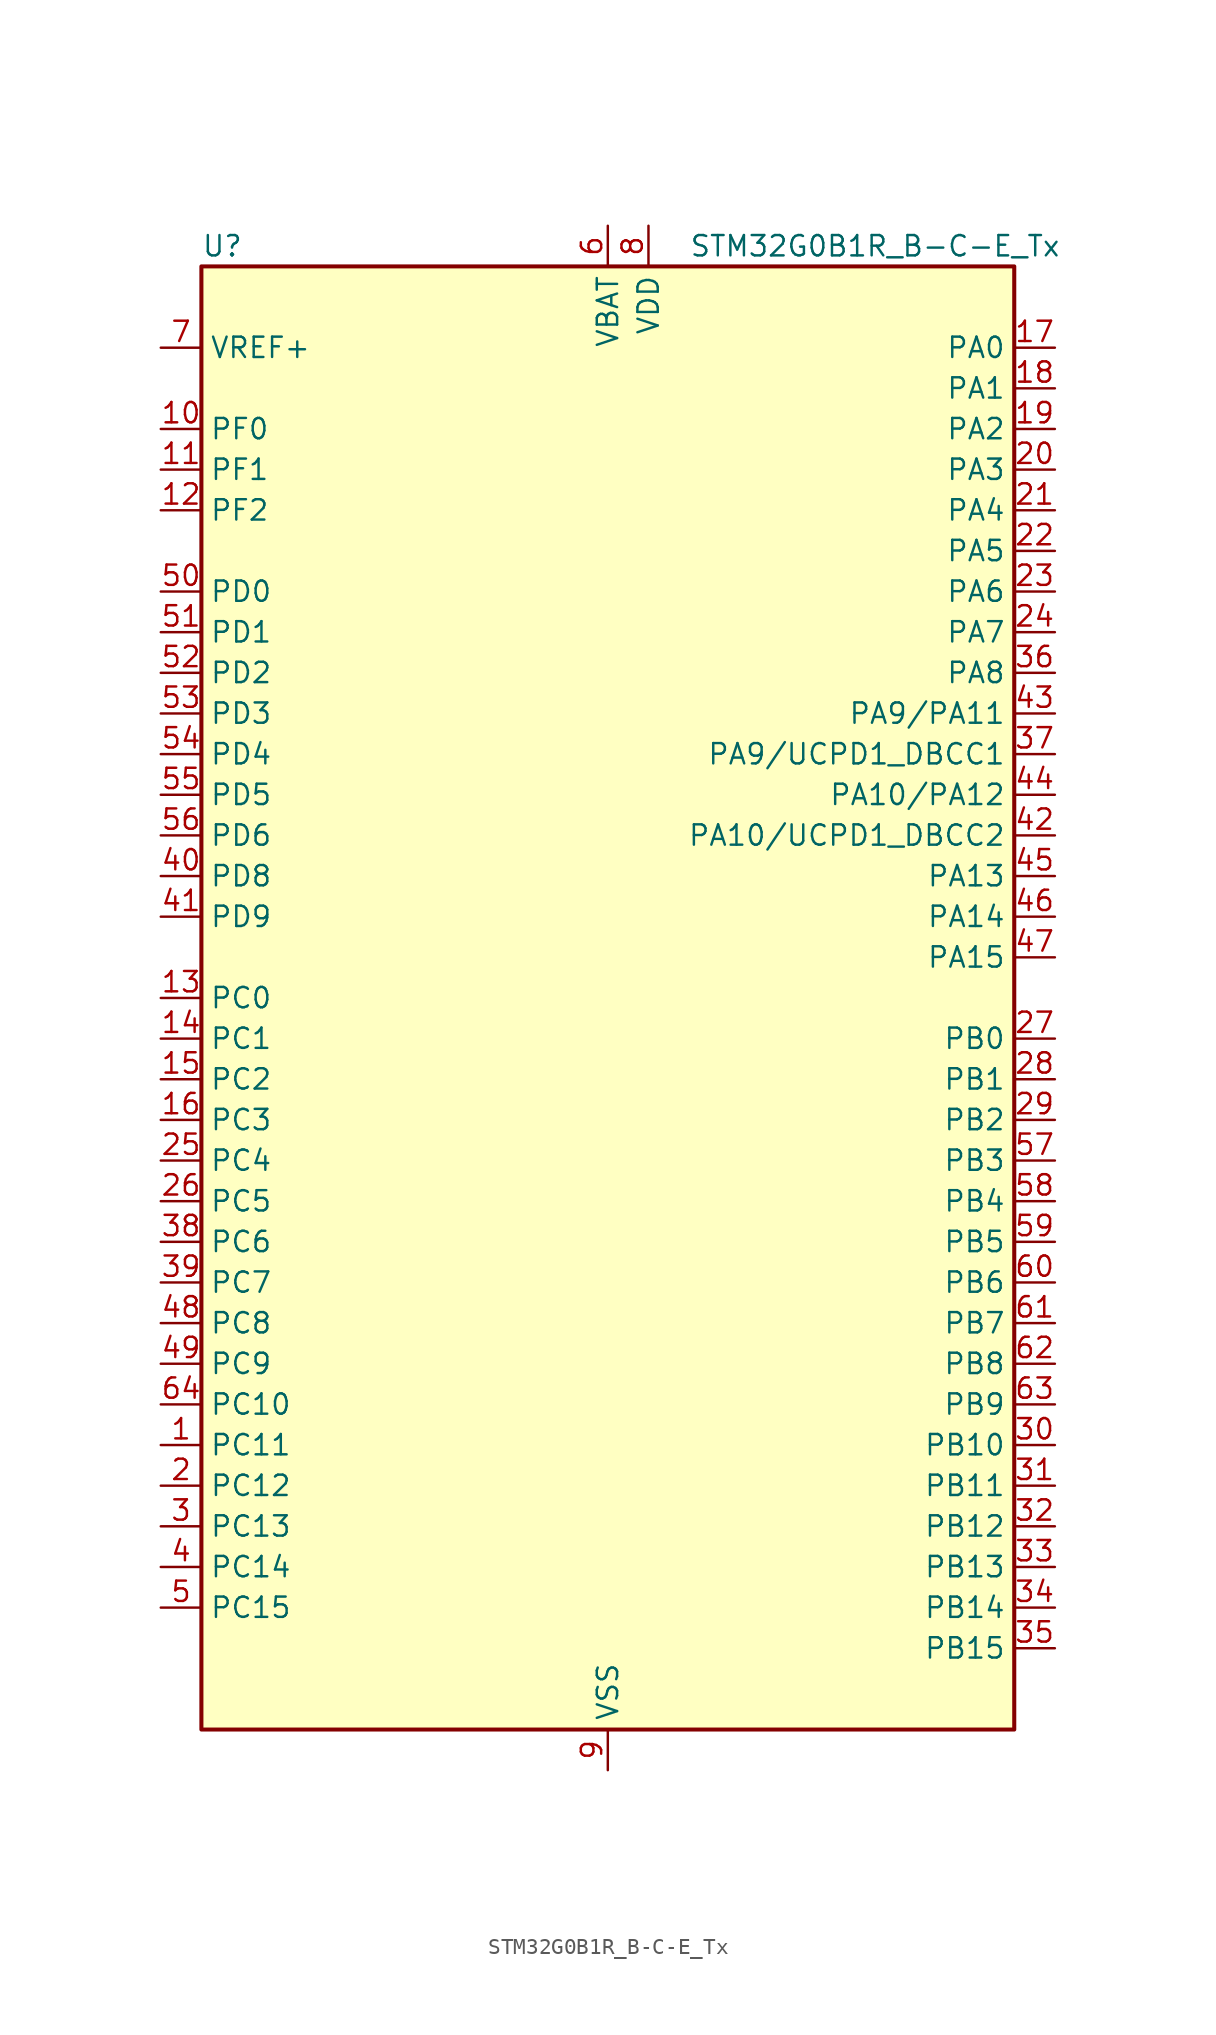
<source format=kicad_sym>
(kicad_symbol_lib
  (version 20241209)
  (generator "kicad_symbol_editor")
  (generator_version "9.0")
  (symbol "STM32G0B1R_B-C-E_Tx"
    (property "Reference" "U"
      (at -25.4 46.99 0)
      (effects (font (size 1.27 1.27)) (justify left)))
    (property "Value" "STM32G0B1R_B-C-E_Tx"
      (at 5.08 46.99 0)
      (effects (font (size 1.27 1.27)) (justify left)))
    (symbol "STM32G0B1R_B-C-E_Tx_0_1"
      (rectangle (start -25.4 -45.72) (end 25.4 45.72) (stroke (width 0.254) (type default)) (fill (type background))))
    (symbol "STM32G0B1R_B-C-E_Tx_1_1"
      (pin input line (at -27.94 40.64 0) (length 2.54) (name "VREF+" (effects (font (size 1.27 1.27)))) (number "7" (effects (font (size 1.27 1.27)))) (alternate "VREFBUF_OUT" bidirectional line))
      (pin bidirectional line (at -27.94 35.56 0) (length 2.54) (name "PF0" (effects (font (size 1.27 1.27)))) (number "10" (effects (font (size 1.27 1.27)))) (alternate "CRS1_SYNC" bidirectional line) (alternate "RCC_OSC_IN" bidirectional line) (alternate "TIM14_CH1" bidirectional line))
      (pin bidirectional line (at -27.94 33.02 0) (length 2.54) (name "PF1" (effects (font (size 1.27 1.27)))) (number "11" (effects (font (size 1.27 1.27)))) (alternate "RCC_OSC_EN" bidirectional line) (alternate "RCC_OSC_OUT" bidirectional line) (alternate "TIM15_CH1N" bidirectional line))
      (pin bidirectional line (at -27.94 30.48 0) (length 2.54) (name "PF2" (effects (font (size 1.27 1.27)))) (number "12" (effects (font (size 1.27 1.27)))) (alternate "LPUART2_DE" bidirectional line) (alternate "LPUART2_RTS" bidirectional line) (alternate "LPUART2_TX" bidirectional line) (alternate "RCC_MCO" bidirectional line))
      (pin bidirectional line (at -27.94 25.4 0) (length 2.54) (name "PD0" (effects (font (size 1.27 1.27)))) (number "50" (effects (font (size 1.27 1.27)))) (alternate "FDCAN1_RX" bidirectional line) (alternate "I2S2_WS" bidirectional line) (alternate "SPI2_NSS" bidirectional line) (alternate "TIM16_CH1" bidirectional line) (alternate "UCPD2_CC1" bidirectional line))
      (pin bidirectional line (at -27.94 22.86 0) (length 2.54) (name "PD1" (effects (font (size 1.27 1.27)))) (number "51" (effects (font (size 1.27 1.27)))) (alternate "FDCAN1_TX" bidirectional line) (alternate "I2S2_CK" bidirectional line) (alternate "SPI2_SCK" bidirectional line) (alternate "TIM17_CH1" bidirectional line) (alternate "UCPD2_DBCC1" bidirectional line))
      (pin bidirectional line (at -27.94 20.32 0) (length 2.54) (name "PD2" (effects (font (size 1.27 1.27)))) (number "52" (effects (font (size 1.27 1.27)))) (alternate "TIM1_CH1N" bidirectional line) (alternate "TIM3_ETR" bidirectional line) (alternate "UCPD2_CC2" bidirectional line) (alternate "USART3_CK" bidirectional line) (alternate "USART3_DE" bidirectional line) (alternate "USART3_RTS" bidirectional line) (alternate "USART5_RX" bidirectional line))
      (pin bidirectional line (at -27.94 17.78 0) (length 2.54) (name "PD3" (effects (font (size 1.27 1.27)))) (number "53" (effects (font (size 1.27 1.27)))) (alternate "I2S2_MCK" bidirectional line) (alternate "SPI2_MISO" bidirectional line) (alternate "TIM1_CH2N" bidirectional line) (alternate "UCPD2_DBCC2" bidirectional line) (alternate "USART2_CTS" bidirectional line) (alternate "USART2_NSS" bidirectional line) (alternate "USART5_TX" bidirectional line))
      (pin bidirectional line (at -27.94 15.24 0) (length 2.54) (name "PD4" (effects (font (size 1.27 1.27)))) (number "54" (effects (font (size 1.27 1.27)))) (alternate "I2S2_SD" bidirectional line) (alternate "SPI2_MOSI" bidirectional line) (alternate "TIM1_CH3N" bidirectional line) (alternate "USART2_CK" bidirectional line) (alternate "USART2_DE" bidirectional line) (alternate "USART2_RTS" bidirectional line) (alternate "USART5_CK" bidirectional line) (alternate "USART5_DE" bidirectional line) (alternate "USART5_RTS" bidirectional line))
      (pin bidirectional line (at -27.94 12.7 0) (length 2.54) (name "PD5" (effects (font (size 1.27 1.27)))) (number "55" (effects (font (size 1.27 1.27)))) (alternate "I2S1_MCK" bidirectional line) (alternate "SPI1_MISO" bidirectional line) (alternate "TIM1_BK" bidirectional line) (alternate "USART2_TX" bidirectional line) (alternate "USART5_CTS" bidirectional line) (alternate "USART5_NSS" bidirectional line))
      (pin bidirectional line (at -27.94 10.16 0) (length 2.54) (name "PD6" (effects (font (size 1.27 1.27)))) (number "56" (effects (font (size 1.27 1.27)))) (alternate "I2S1_SD" bidirectional line) (alternate "LPTIM2_OUT" bidirectional line) (alternate "SPI1_MOSI" bidirectional line) (alternate "USART2_RX" bidirectional line))
      (pin bidirectional line (at -27.94 7.62 0) (length 2.54) (name "PD8" (effects (font (size 1.27 1.27)))) (number "40" (effects (font (size 1.27 1.27)))) (alternate "I2S1_CK" bidirectional line) (alternate "LPTIM1_OUT" bidirectional line) (alternate "SPI1_SCK" bidirectional line) (alternate "USART3_TX" bidirectional line))
      (pin bidirectional line (at -27.94 5.08 0) (length 2.54) (name "PD9" (effects (font (size 1.27 1.27)))) (number "41" (effects (font (size 1.27 1.27)))) (alternate "DAC1_EXTI9" bidirectional line) (alternate "I2S1_WS" bidirectional line) (alternate "SPI1_NSS" bidirectional line) (alternate "TIM1_BK2" bidirectional line) (alternate "USART3_RX" bidirectional line))
      (pin bidirectional line (at -27.94 0 0) (length 2.54) (name "PC0" (effects (font (size 1.27 1.27)))) (number "13" (effects (font (size 1.27 1.27)))) (alternate "COMP3_INM" bidirectional line) (alternate "COMP3_OUT" bidirectional line) (alternate "I2C3_SCL" bidirectional line) (alternate "LPTIM1_IN1" bidirectional line) (alternate "LPTIM2_IN1" bidirectional line) (alternate "LPUART1_RX" bidirectional line) (alternate "LPUART2_TX" bidirectional line) (alternate "USART6_TX" bidirectional line))
      (pin bidirectional line (at -27.94 -2.54 0) (length 2.54) (name "PC1" (effects (font (size 1.27 1.27)))) (number "14" (effects (font (size 1.27 1.27)))) (alternate "COMP3_INP" bidirectional line) (alternate "I2C3_SDA" bidirectional line) (alternate "LPTIM1_OUT" bidirectional line) (alternate "LPUART1_TX" bidirectional line) (alternate "LPUART2_RX" bidirectional line) (alternate "TIM15_CH1" bidirectional line) (alternate "USART6_RX" bidirectional line))
      (pin bidirectional line (at -27.94 -5.08 0) (length 2.54) (name "PC2" (effects (font (size 1.27 1.27)))) (number "15" (effects (font (size 1.27 1.27)))) (alternate "COMP3_OUT" bidirectional line) (alternate "FDCAN2_RX" bidirectional line) (alternate "I2S2_MCK" bidirectional line) (alternate "LPTIM1_IN2" bidirectional line) (alternate "SPI2_MISO" bidirectional line) (alternate "TIM15_CH2" bidirectional line))
      (pin bidirectional line (at -27.94 -7.62 0) (length 2.54) (name "PC3" (effects (font (size 1.27 1.27)))) (number "16" (effects (font (size 1.27 1.27)))) (alternate "FDCAN2_TX" bidirectional line) (alternate "I2S2_SD" bidirectional line) (alternate "LPTIM1_ETR" bidirectional line) (alternate "LPTIM2_ETR" bidirectional line) (alternate "SPI2_MOSI" bidirectional line))
      (pin bidirectional line (at -27.94 -10.16 0) (length 2.54) (name "PC4" (effects (font (size 1.27 1.27)))) (number "25" (effects (font (size 1.27 1.27)))) (alternate "ADC1_IN17" bidirectional line) (alternate "COMP1_INM" bidirectional line) (alternate "FDCAN1_RX" bidirectional line) (alternate "TIM2_CH1" bidirectional line) (alternate "TIM2_ETR" bidirectional line) (alternate "USART1_TX" bidirectional line) (alternate "USART3_TX" bidirectional line))
      (pin bidirectional line (at -27.94 -12.7 0) (length 2.54) (name "PC5" (effects (font (size 1.27 1.27)))) (number "26" (effects (font (size 1.27 1.27)))) (alternate "ADC1_IN18" bidirectional line) (alternate "COMP1_INP" bidirectional line) (alternate "FDCAN1_TX" bidirectional line) (alternate "SYS_WKUP5" bidirectional line) (alternate "TIM2_CH2" bidirectional line) (alternate "USART1_RX" bidirectional line) (alternate "USART3_RX" bidirectional line))
      (pin bidirectional line (at -27.94 -15.24 0) (length 2.54) (name "PC6" (effects (font (size 1.27 1.27)))) (number "38" (effects (font (size 1.27 1.27)))) (alternate "LPUART2_TX" bidirectional line) (alternate "TIM2_CH3" bidirectional line) (alternate "TIM3_CH1" bidirectional line) (alternate "UCPD1_FRSTX1" bidirectional line) (alternate "UCPD1_FRSTX2" bidirectional line))
      (pin bidirectional line (at -27.94 -17.78 0) (length 2.54) (name "PC7" (effects (font (size 1.27 1.27)))) (number "39" (effects (font (size 1.27 1.27)))) (alternate "LPUART2_RX" bidirectional line) (alternate "TIM2_CH4" bidirectional line) (alternate "TIM3_CH2" bidirectional line) (alternate "UCPD2_FRSTX1" bidirectional line) (alternate "UCPD2_FRSTX2" bidirectional line))
      (pin bidirectional line (at -27.94 -20.32 0) (length 2.54) (name "PC8" (effects (font (size 1.27 1.27)))) (number "48" (effects (font (size 1.27 1.27)))) (alternate "LPUART2_CTS" bidirectional line) (alternate "TIM1_CH1" bidirectional line) (alternate "TIM3_CH3" bidirectional line) (alternate "UCPD2_FRSTX1" bidirectional line) (alternate "UCPD2_FRSTX2" bidirectional line))
      (pin bidirectional line (at -27.94 -22.86 0) (length 2.54) (name "PC9" (effects (font (size 1.27 1.27)))) (number "49" (effects (font (size 1.27 1.27)))) (alternate "DAC1_EXTI9" bidirectional line) (alternate "I2S_CKIN" bidirectional line) (alternate "LPUART2_DE" bidirectional line) (alternate "LPUART2_RTS" bidirectional line) (alternate "TIM1_CH2" bidirectional line) (alternate "TIM3_CH4" bidirectional line) (alternate "USB_NOE" bidirectional line))
      (pin bidirectional line (at -27.94 -25.4 0) (length 2.54) (name "PC10" (effects (font (size 1.27 1.27)))) (number "64" (effects (font (size 1.27 1.27)))) (alternate "SPI3_SCK" bidirectional line) (alternate "TIM1_CH3" bidirectional line) (alternate "USART3_TX" bidirectional line) (alternate "USART4_TX" bidirectional line))
      (pin bidirectional line (at -27.94 -27.94 0) (length 2.54) (name "PC11" (effects (font (size 1.27 1.27)))) (number "1" (effects (font (size 1.27 1.27)))) (alternate "ADC1_EXTI11" bidirectional line) (alternate "SPI3_MISO" bidirectional line) (alternate "TIM1_CH4" bidirectional line) (alternate "USART3_RX" bidirectional line) (alternate "USART4_RX" bidirectional line))
      (pin bidirectional line (at -27.94 -30.48 0) (length 2.54) (name "PC12" (effects (font (size 1.27 1.27)))) (number "2" (effects (font (size 1.27 1.27)))) (alternate "LPTIM1_IN1" bidirectional line) (alternate "SPI3_MOSI" bidirectional line) (alternate "TIM14_CH1" bidirectional line) (alternate "UCPD1_FRSTX1" bidirectional line) (alternate "UCPD1_FRSTX2" bidirectional line) (alternate "USART5_TX" bidirectional line))
      (pin bidirectional line (at -27.94 -33.02 0) (length 2.54) (name "PC13" (effects (font (size 1.27 1.27)))) (number "3" (effects (font (size 1.27 1.27)))) (alternate "RTC_OUT1" bidirectional line) (alternate "RTC_TAMP_IN1" bidirectional line) (alternate "RTC_TS" bidirectional line) (alternate "SYS_WKUP2" bidirectional line) (alternate "TIM1_BK" bidirectional line))
      (pin bidirectional line (at -27.94 -35.56 0) (length 2.54) (name "PC14" (effects (font (size 1.27 1.27)))) (number "4" (effects (font (size 1.27 1.27)))) (alternate "RCC_OSC32_IN" bidirectional line) (alternate "TIM1_BK2" bidirectional line))
      (pin bidirectional line (at -27.94 -38.1 0) (length 2.54) (name "PC15" (effects (font (size 1.27 1.27)))) (number "5" (effects (font (size 1.27 1.27)))) (alternate "RCC_OSC32_EN" bidirectional line) (alternate "RCC_OSC32_OUT" bidirectional line) (alternate "RCC_OSC_EN" bidirectional line) (alternate "TIM15_BK" bidirectional line))
      (pin power_in line (at 0 48.26 270) (length 2.54) (name "VBAT" (effects (font (size 1.27 1.27)))) (number "6" (effects (font (size 1.27 1.27)))))
      (pin power_in line (at 0 -48.26 90) (length 2.54) (name "VSS" (effects (font (size 1.27 1.27)))) (number "9" (effects (font (size 1.27 1.27)))))
      (pin power_in line (at 2.54 48.26 270) (length 2.54) (name "VDD" (effects (font (size 1.27 1.27)))) (number "8" (effects (font (size 1.27 1.27)))))
      (pin bidirectional line (at 27.94 40.64 180) (length 2.54) (name "PA0" (effects (font (size 1.27 1.27)))) (number "17" (effects (font (size 1.27 1.27)))) (alternate "ADC1_IN0" bidirectional line) (alternate "COMP1_INM" bidirectional line) (alternate "COMP1_OUT" bidirectional line) (alternate "I2S2_CK" bidirectional line) (alternate "LPTIM1_OUT" bidirectional line) (alternate "RTC_TAMP_IN2" bidirectional line) (alternate "SPI2_SCK" bidirectional line) (alternate "SYS_WKUP1" bidirectional line) (alternate "TIM2_CH1" bidirectional line) (alternate "TIM2_ETR" bidirectional line) (alternate "UCPD2_FRSTX1" bidirectional line) (alternate "UCPD2_FRSTX2" bidirectional line) (alternate "USART2_CTS" bidirectional line) (alternate "USART2_NSS" bidirectional line) (alternate "USART4_TX" bidirectional line))
      (pin bidirectional line (at 27.94 38.1 180) (length 2.54) (name "PA1" (effects (font (size 1.27 1.27)))) (number "18" (effects (font (size 1.27 1.27)))) (alternate "ADC1_IN1" bidirectional line) (alternate "COMP1_INP" bidirectional line) (alternate "I2C1_SMBA" bidirectional line) (alternate "I2S1_CK" bidirectional line) (alternate "SPI1_SCK" bidirectional line) (alternate "TIM15_CH1N" bidirectional line) (alternate "TIM2_CH2" bidirectional line) (alternate "USART2_CK" bidirectional line) (alternate "USART2_DE" bidirectional line) (alternate "USART2_RTS" bidirectional line) (alternate "USART4_RX" bidirectional line))
      (pin bidirectional line (at 27.94 35.56 180) (length 2.54) (name "PA2" (effects (font (size 1.27 1.27)))) (number "19" (effects (font (size 1.27 1.27)))) (alternate "ADC1_IN2" bidirectional line) (alternate "COMP2_INM" bidirectional line) (alternate "COMP2_OUT" bidirectional line) (alternate "I2S1_SD" bidirectional line) (alternate "LPUART1_TX" bidirectional line) (alternate "RCC_LSCO" bidirectional line) (alternate "SPI1_MOSI" bidirectional line) (alternate "SYS_WKUP4" bidirectional line) (alternate "TIM15_CH1" bidirectional line) (alternate "TIM2_CH3" bidirectional line) (alternate "UCPD1_FRSTX1" bidirectional line) (alternate "UCPD1_FRSTX2" bidirectional line) (alternate "USART2_TX" bidirectional line))
      (pin bidirectional line (at 27.94 33.02 180) (length 2.54) (name "PA3" (effects (font (size 1.27 1.27)))) (number "20" (effects (font (size 1.27 1.27)))) (alternate "ADC1_IN3" bidirectional line) (alternate "COMP2_INP" bidirectional line) (alternate "I2S2_MCK" bidirectional line) (alternate "LPUART1_RX" bidirectional line) (alternate "SPI2_MISO" bidirectional line) (alternate "TIM15_CH2" bidirectional line) (alternate "TIM2_CH4" bidirectional line) (alternate "UCPD2_FRSTX1" bidirectional line) (alternate "UCPD2_FRSTX2" bidirectional line) (alternate "USART2_RX" bidirectional line))
      (pin bidirectional line (at 27.94 30.48 180) (length 2.54) (name "PA4" (effects (font (size 1.27 1.27)))) (number "21" (effects (font (size 1.27 1.27)))) (alternate "ADC1_IN4" bidirectional line) (alternate "DAC1_OUT1" bidirectional line) (alternate "I2S1_WS" bidirectional line) (alternate "I2S2_SD" bidirectional line) (alternate "LPTIM2_OUT" bidirectional line) (alternate "RTC_OUT2" bidirectional line) (alternate "SPI1_NSS" bidirectional line) (alternate "SPI2_MOSI" bidirectional line) (alternate "SPI3_NSS" bidirectional line) (alternate "TIM14_CH1" bidirectional line) (alternate "UCPD2_FRSTX1" bidirectional line) (alternate "UCPD2_FRSTX2" bidirectional line) (alternate "USART6_TX" bidirectional line) (alternate "USB_NOE" bidirectional line))
      (pin bidirectional line (at 27.94 27.94 180) (length 2.54) (name "PA5" (effects (font (size 1.27 1.27)))) (number "22" (effects (font (size 1.27 1.27)))) (alternate "ADC1_IN5" bidirectional line) (alternate "CEC" bidirectional line) (alternate "DAC1_OUT2" bidirectional line) (alternate "I2S1_CK" bidirectional line) (alternate "LPTIM2_ETR" bidirectional line) (alternate "SPI1_SCK" bidirectional line) (alternate "TIM2_CH1" bidirectional line) (alternate "TIM2_ETR" bidirectional line) (alternate "UCPD1_FRSTX1" bidirectional line) (alternate "UCPD1_FRSTX2" bidirectional line) (alternate "USART3_TX" bidirectional line) (alternate "USART6_RX" bidirectional line))
      (pin bidirectional line (at 27.94 25.4 180) (length 2.54) (name "PA6" (effects (font (size 1.27 1.27)))) (number "23" (effects (font (size 1.27 1.27)))) (alternate "ADC1_IN6" bidirectional line) (alternate "COMP1_OUT" bidirectional line) (alternate "I2C2_SDA" bidirectional line) (alternate "I2C3_SDA" bidirectional line) (alternate "I2S1_MCK" bidirectional line) (alternate "LPUART1_CTS" bidirectional line) (alternate "SPI1_MISO" bidirectional line) (alternate "TIM16_CH1" bidirectional line) (alternate "TIM1_BK" bidirectional line) (alternate "TIM3_CH1" bidirectional line) (alternate "USART3_CTS" bidirectional line) (alternate "USART3_NSS" bidirectional line) (alternate "USART6_CTS" bidirectional line) (alternate "USART6_NSS" bidirectional line))
      (pin bidirectional line (at 27.94 22.86 180) (length 2.54) (name "PA7" (effects (font (size 1.27 1.27)))) (number "24" (effects (font (size 1.27 1.27)))) (alternate "ADC1_IN7" bidirectional line) (alternate "COMP2_OUT" bidirectional line) (alternate "I2C2_SCL" bidirectional line) (alternate "I2C3_SCL" bidirectional line) (alternate "I2S1_SD" bidirectional line) (alternate "SPI1_MOSI" bidirectional line) (alternate "TIM14_CH1" bidirectional line) (alternate "TIM17_CH1" bidirectional line) (alternate "TIM1_CH1N" bidirectional line) (alternate "TIM3_CH2" bidirectional line) (alternate "UCPD1_FRSTX1" bidirectional line) (alternate "UCPD1_FRSTX2" bidirectional line) (alternate "USART6_CK" bidirectional line) (alternate "USART6_DE" bidirectional line) (alternate "USART6_RTS" bidirectional line))
      (pin bidirectional line (at 27.94 20.32 180) (length 2.54) (name "PA8" (effects (font (size 1.27 1.27)))) (number "36" (effects (font (size 1.27 1.27)))) (alternate "CRS1_SYNC" bidirectional line) (alternate "I2C2_SMBA" bidirectional line) (alternate "I2S2_WS" bidirectional line) (alternate "LPTIM2_OUT" bidirectional line) (alternate "RCC_MCO" bidirectional line) (alternate "SPI2_NSS" bidirectional line) (alternate "TIM1_CH1" bidirectional line) (alternate "UCPD1_CC1" bidirectional line))
      (pin bidirectional line (at 27.94 17.78 180) (length 2.54) (name "PA9/PA11" (effects (font (size 1.27 1.27)))) (number "43" (effects (font (size 1.27 1.27)))) (alternate "ADC1_EXTI11 (PA11)" bidirectional line) (alternate "COMP1_OUT (PA11)" bidirectional line) (alternate "DAC1_EXTI9 (PA9)" bidirectional line) (alternate "FDCAN1_RX (PA11)" bidirectional line) (alternate "I2C1_SCL (PA9)" bidirectional line) (alternate "I2C2_SCL (PA11)" bidirectional line) (alternate "I2C2_SCL (PA9)" bidirectional line) (alternate "I2S1_MCK (PA11)" bidirectional line) (alternate "I2S2_MCK (PA9)" bidirectional line) (alternate "PA11" bidirectional line) (alternate "PA9" bidirectional line) (alternate "RCC_MCO (PA9)" bidirectional line) (alternate "SPI1_MISO (PA11)" bidirectional line) (alternate "SPI2_MISO (PA9)" bidirectional line) (alternate "TIM15_BK (PA9)" bidirectional line) (alternate "TIM1_BK2 (PA11)" bidirectional line) (alternate "TIM1_CH2 (PA9)" bidirectional line) (alternate "TIM1_CH4 (PA11)" bidirectional line) (alternate "UCPD1_DBCC1 (PA9)" bidirectional line) (alternate "USART1_CTS (PA11)" bidirectional line) (alternate "USART1_NSS (PA11)" bidirectional line) (alternate "USART1_TX (PA9)" bidirectional line) (alternate "USB_DM (PA11)" bidirectional line))
      (pin bidirectional line (at 27.94 15.24 180) (length 2.54) (name "PA9/UCPD1_DBCC1" (effects (font (size 1.27 1.27)))) (number "37" (effects (font (size 1.27 1.27)))) (alternate "DAC1_EXTI9 (PA9)" bidirectional line) (alternate "I2C1_SCL (PA9)" bidirectional line) (alternate "I2C2_SCL (PA9)" bidirectional line) (alternate "I2S2_MCK (PA9)" bidirectional line) (alternate "PA9" bidirectional line) (alternate "RCC_MCO (PA9)" bidirectional line) (alternate "SPI2_MISO (PA9)" bidirectional line) (alternate "TIM15_BK (PA9)" bidirectional line) (alternate "TIM1_CH2 (PA9)" bidirectional line) (alternate "UCPD1_DBCC1" bidirectional line) (alternate "UCPD1_DBCC1 (PA9)" bidirectional line) (alternate "UCPD1_DBCC1 (UCPD1_DBCC1)" bidirectional line) (alternate "USART1_TX (PA9)" bidirectional line))
      (pin bidirectional line (at 27.94 12.7 180) (length 2.54) (name "PA10/PA12" (effects (font (size 1.27 1.27)))) (number "44" (effects (font (size 1.27 1.27)))) (alternate "COMP2_OUT (PA12)" bidirectional line) (alternate "FDCAN1_TX (PA12)" bidirectional line) (alternate "I2C1_SDA (PA10)" bidirectional line) (alternate "I2C2_SDA (PA10)" bidirectional line) (alternate "I2C2_SDA (PA12)" bidirectional line) (alternate "I2S1_SD (PA12)" bidirectional line) (alternate "I2S2_SD (PA10)" bidirectional line) (alternate "I2S_CKIN (PA12)" bidirectional line) (alternate "PA10" bidirectional line) (alternate "PA12" bidirectional line) (alternate "RCC_MCO_2 (PA10)" bidirectional line) (alternate "SPI1_MOSI (PA12)" bidirectional line) (alternate "SPI2_MOSI (PA10)" bidirectional line) (alternate "TIM17_BK (PA10)" bidirectional line) (alternate "TIM1_CH3 (PA10)" bidirectional line) (alternate "TIM1_ETR (PA12)" bidirectional line) (alternate "UCPD1_DBCC2 (PA10)" bidirectional line) (alternate "USART1_CK (PA12)" bidirectional line) (alternate "USART1_DE (PA12)" bidirectional line) (alternate "USART1_RTS (PA12)" bidirectional line) (alternate "USART1_RX (PA10)" bidirectional line) (alternate "USB_DP (PA12)" bidirectional line))
      (pin bidirectional line (at 27.94 10.16 180) (length 2.54) (name "PA10/UCPD1_DBCC2" (effects (font (size 1.27 1.27)))) (number "42" (effects (font (size 1.27 1.27)))) (alternate "I2C1_SDA (PA10)" bidirectional line) (alternate "I2C2_SDA (PA10)" bidirectional line) (alternate "I2S2_SD (PA10)" bidirectional line) (alternate "PA10" bidirectional line) (alternate "RCC_MCO_2 (PA10)" bidirectional line) (alternate "SPI2_MOSI (PA10)" bidirectional line) (alternate "TIM17_BK (PA10)" bidirectional line) (alternate "TIM1_CH3 (PA10)" bidirectional line) (alternate "UCPD1_DBCC2" bidirectional line) (alternate "UCPD1_DBCC2 (PA10)" bidirectional line) (alternate "UCPD1_DBCC2 (UCPD1_DBCC2)" bidirectional line) (alternate "USART1_RX (PA10)" bidirectional line))
      (pin bidirectional line (at 27.94 7.62 180) (length 2.54) (name "PA13" (effects (font (size 1.27 1.27)))) (number "45" (effects (font (size 1.27 1.27)))) (alternate "IR_OUT" bidirectional line) (alternate "LPUART2_RX" bidirectional line) (alternate "SYS_SWDIO" bidirectional line) (alternate "USB_NOE" bidirectional line))
      (pin bidirectional line (at 27.94 5.08 180) (length 2.54) (name "PA14" (effects (font (size 1.27 1.27)))) (number "46" (effects (font (size 1.27 1.27)))) (alternate "LPUART2_TX" bidirectional line) (alternate "SYS_SWCLK" bidirectional line) (alternate "USART2_TX" bidirectional line))
      (pin bidirectional line (at 27.94 2.54 180) (length 2.54) (name "PA15" (effects (font (size 1.27 1.27)))) (number "47" (effects (font (size 1.27 1.27)))) (alternate "I2C2_SMBA" bidirectional line) (alternate "I2S1_WS" bidirectional line) (alternate "RCC_MCO_2" bidirectional line) (alternate "SPI1_NSS" bidirectional line) (alternate "SPI3_NSS" bidirectional line) (alternate "TIM2_CH1" bidirectional line) (alternate "TIM2_ETR" bidirectional line) (alternate "USART2_RX" bidirectional line) (alternate "USART3_CK" bidirectional line) (alternate "USART3_DE" bidirectional line) (alternate "USART3_RTS" bidirectional line) (alternate "USART4_CK" bidirectional line) (alternate "USART4_DE" bidirectional line) (alternate "USART4_RTS" bidirectional line) (alternate "USB_NOE" bidirectional line))
      (pin bidirectional line (at 27.94 -2.54 180) (length 2.54) (name "PB0" (effects (font (size 1.27 1.27)))) (number "27" (effects (font (size 1.27 1.27)))) (alternate "ADC1_IN8" bidirectional line) (alternate "COMP1_OUT" bidirectional line) (alternate "COMP3_INP" bidirectional line) (alternate "FDCAN2_RX" bidirectional line) (alternate "I2S1_WS" bidirectional line) (alternate "LPTIM1_OUT" bidirectional line) (alternate "LPUART2_CTS" bidirectional line) (alternate "SPI1_NSS" bidirectional line) (alternate "TIM1_CH2N" bidirectional line) (alternate "TIM3_CH3" bidirectional line) (alternate "UCPD1_FRSTX1" bidirectional line) (alternate "UCPD1_FRSTX2" bidirectional line) (alternate "USART3_RX" bidirectional line) (alternate "USART5_TX" bidirectional line))
      (pin bidirectional line (at 27.94 -5.08 180) (length 2.54) (name "PB1" (effects (font (size 1.27 1.27)))) (number "28" (effects (font (size 1.27 1.27)))) (alternate "ADC1_IN9" bidirectional line) (alternate "COMP1_INM" bidirectional line) (alternate "COMP3_OUT" bidirectional line) (alternate "FDCAN2_TX" bidirectional line) (alternate "LPTIM2_IN1" bidirectional line) (alternate "LPUART1_DE" bidirectional line) (alternate "LPUART1_RTS" bidirectional line) (alternate "LPUART2_DE" bidirectional line) (alternate "LPUART2_RTS" bidirectional line) (alternate "TIM14_CH1" bidirectional line) (alternate "TIM1_CH3N" bidirectional line) (alternate "TIM3_CH4" bidirectional line) (alternate "USART3_CK" bidirectional line) (alternate "USART3_DE" bidirectional line) (alternate "USART3_RTS" bidirectional line) (alternate "USART5_RX" bidirectional line))
      (pin bidirectional line (at 27.94 -7.62 180) (length 2.54) (name "PB2" (effects (font (size 1.27 1.27)))) (number "29" (effects (font (size 1.27 1.27)))) (alternate "ADC1_IN10" bidirectional line) (alternate "COMP1_INP" bidirectional line) (alternate "COMP3_INM" bidirectional line) (alternate "I2S2_MCK" bidirectional line) (alternate "LPTIM1_OUT" bidirectional line) (alternate "RCC_MCO_2" bidirectional line) (alternate "SPI2_MISO" bidirectional line) (alternate "USART3_TX" bidirectional line))
      (pin bidirectional line (at 27.94 -10.16 180) (length 2.54) (name "PB3" (effects (font (size 1.27 1.27)))) (number "57" (effects (font (size 1.27 1.27)))) (alternate "COMP2_INM" bidirectional line) (alternate "I2C2_SCL" bidirectional line) (alternate "I2C3_SCL" bidirectional line) (alternate "I2S1_CK" bidirectional line) (alternate "SPI1_SCK" bidirectional line) (alternate "SPI3_SCK" bidirectional line) (alternate "TIM1_CH2" bidirectional line) (alternate "TIM2_CH2" bidirectional line) (alternate "USART1_CK" bidirectional line) (alternate "USART1_DE" bidirectional line) (alternate "USART1_RTS" bidirectional line) (alternate "USART5_TX" bidirectional line))
      (pin bidirectional line (at 27.94 -12.7 180) (length 2.54) (name "PB4" (effects (font (size 1.27 1.27)))) (number "58" (effects (font (size 1.27 1.27)))) (alternate "COMP2_INP" bidirectional line) (alternate "I2C2_SDA" bidirectional line) (alternate "I2C3_SDA" bidirectional line) (alternate "I2S1_MCK" bidirectional line) (alternate "SPI1_MISO" bidirectional line) (alternate "SPI3_MISO" bidirectional line) (alternate "TIM17_BK" bidirectional line) (alternate "TIM3_CH1" bidirectional line) (alternate "USART1_CTS" bidirectional line) (alternate "USART1_NSS" bidirectional line) (alternate "USART5_RX" bidirectional line))
      (pin bidirectional line (at 27.94 -15.24 180) (length 2.54) (name "PB5" (effects (font (size 1.27 1.27)))) (number "59" (effects (font (size 1.27 1.27)))) (alternate "COMP2_OUT" bidirectional line) (alternate "FDCAN2_RX" bidirectional line) (alternate "I2C1_SMBA" bidirectional line) (alternate "I2S1_SD" bidirectional line) (alternate "LPTIM1_IN1" bidirectional line) (alternate "SPI1_MOSI" bidirectional line) (alternate "SPI3_MOSI" bidirectional line) (alternate "SYS_WKUP6" bidirectional line) (alternate "TIM16_BK" bidirectional line) (alternate "TIM3_CH2" bidirectional line) (alternate "USART5_CK" bidirectional line) (alternate "USART5_DE" bidirectional line) (alternate "USART5_RTS" bidirectional line))
      (pin bidirectional line (at 27.94 -17.78 180) (length 2.54) (name "PB6" (effects (font (size 1.27 1.27)))) (number "60" (effects (font (size 1.27 1.27)))) (alternate "COMP2_INP" bidirectional line) (alternate "FDCAN2_TX" bidirectional line) (alternate "I2C1_SCL" bidirectional line) (alternate "I2S2_MCK" bidirectional line) (alternate "LPTIM1_ETR" bidirectional line) (alternate "LPUART2_TX" bidirectional line) (alternate "SPI2_MISO" bidirectional line) (alternate "TIM16_CH1N" bidirectional line) (alternate "TIM1_CH3" bidirectional line) (alternate "TIM4_CH1" bidirectional line) (alternate "USART1_TX" bidirectional line) (alternate "USART5_CTS" bidirectional line) (alternate "USART5_NSS" bidirectional line))
      (pin bidirectional line (at 27.94 -20.32 180) (length 2.54) (name "PB7" (effects (font (size 1.27 1.27)))) (number "61" (effects (font (size 1.27 1.27)))) (alternate "COMP2_INM" bidirectional line) (alternate "I2C1_SDA" bidirectional line) (alternate "I2S2_SD" bidirectional line) (alternate "LPTIM1_IN2" bidirectional line) (alternate "LPUART2_RX" bidirectional line) (alternate "SPI2_MOSI" bidirectional line) (alternate "SYS_PVD_IN" bidirectional line) (alternate "TIM17_CH1N" bidirectional line) (alternate "TIM4_CH2" bidirectional line) (alternate "USART1_RX" bidirectional line) (alternate "USART4_CTS" bidirectional line) (alternate "USART4_NSS" bidirectional line))
      (pin bidirectional line (at 27.94 -22.86 180) (length 2.54) (name "PB8" (effects (font (size 1.27 1.27)))) (number "62" (effects (font (size 1.27 1.27)))) (alternate "CEC" bidirectional line) (alternate "FDCAN1_RX" bidirectional line) (alternate "I2C1_SCL" bidirectional line) (alternate "I2S2_CK" bidirectional line) (alternate "SPI2_SCK" bidirectional line) (alternate "TIM15_BK" bidirectional line) (alternate "TIM16_CH1" bidirectional line) (alternate "TIM4_CH3" bidirectional line) (alternate "USART3_TX" bidirectional line) (alternate "USART6_TX" bidirectional line))
      (pin bidirectional line (at 27.94 -25.4 180) (length 2.54) (name "PB9" (effects (font (size 1.27 1.27)))) (number "63" (effects (font (size 1.27 1.27)))) (alternate "DAC1_EXTI9" bidirectional line) (alternate "FDCAN1_TX" bidirectional line) (alternate "I2C1_SDA" bidirectional line) (alternate "I2S2_WS" bidirectional line) (alternate "IR_OUT" bidirectional line) (alternate "SPI2_NSS" bidirectional line) (alternate "TIM17_CH1" bidirectional line) (alternate "TIM4_CH4" bidirectional line) (alternate "UCPD2_FRSTX1" bidirectional line) (alternate "UCPD2_FRSTX2" bidirectional line) (alternate "USART3_RX" bidirectional line) (alternate "USART6_RX" bidirectional line))
      (pin bidirectional line (at 27.94 -27.94 180) (length 2.54) (name "PB10" (effects (font (size 1.27 1.27)))) (number "30" (effects (font (size 1.27 1.27)))) (alternate "ADC1_IN11" bidirectional line) (alternate "CEC" bidirectional line) (alternate "COMP1_OUT" bidirectional line) (alternate "I2C2_SCL" bidirectional line) (alternate "I2S2_CK" bidirectional line) (alternate "LPUART1_RX" bidirectional line) (alternate "SPI2_SCK" bidirectional line) (alternate "TIM2_CH3" bidirectional line) (alternate "USART3_TX" bidirectional line))
      (pin bidirectional line (at 27.94 -30.48 180) (length 2.54) (name "PB11" (effects (font (size 1.27 1.27)))) (number "31" (effects (font (size 1.27 1.27)))) (alternate "ADC1_EXTI11" bidirectional line) (alternate "ADC1_IN15" bidirectional line) (alternate "COMP2_OUT" bidirectional line) (alternate "I2C2_SDA" bidirectional line) (alternate "I2S2_SD" bidirectional line) (alternate "LPUART1_TX" bidirectional line) (alternate "SPI2_MOSI" bidirectional line) (alternate "TIM2_CH4" bidirectional line) (alternate "USART3_RX" bidirectional line))
      (pin bidirectional line (at 27.94 -33.02 180) (length 2.54) (name "PB12" (effects (font (size 1.27 1.27)))) (number "32" (effects (font (size 1.27 1.27)))) (alternate "ADC1_IN16" bidirectional line) (alternate "FDCAN2_RX" bidirectional line) (alternate "I2C2_SMBA" bidirectional line) (alternate "I2S2_WS" bidirectional line) (alternate "LPUART1_DE" bidirectional line) (alternate "LPUART1_RTS" bidirectional line) (alternate "SPI2_NSS" bidirectional line) (alternate "TIM15_BK" bidirectional line) (alternate "TIM1_BK" bidirectional line) (alternate "UCPD2_FRSTX1" bidirectional line) (alternate "UCPD2_FRSTX2" bidirectional line))
      (pin bidirectional line (at 27.94 -35.56 180) (length 2.54) (name "PB13" (effects (font (size 1.27 1.27)))) (number "33" (effects (font (size 1.27 1.27)))) (alternate "FDCAN2_TX" bidirectional line) (alternate "I2C2_SCL" bidirectional line) (alternate "I2S2_CK" bidirectional line) (alternate "LPUART1_CTS" bidirectional line) (alternate "SPI2_SCK" bidirectional line) (alternate "TIM15_CH1N" bidirectional line) (alternate "TIM1_CH1N" bidirectional line) (alternate "USART3_CTS" bidirectional line) (alternate "USART3_NSS" bidirectional line))
      (pin bidirectional line (at 27.94 -38.1 180) (length 2.54) (name "PB14" (effects (font (size 1.27 1.27)))) (number "34" (effects (font (size 1.27 1.27)))) (alternate "I2C2_SDA" bidirectional line) (alternate "I2S2_MCK" bidirectional line) (alternate "SPI2_MISO" bidirectional line) (alternate "TIM15_CH1" bidirectional line) (alternate "TIM1_CH2N" bidirectional line) (alternate "UCPD1_FRSTX1" bidirectional line) (alternate "UCPD1_FRSTX2" bidirectional line) (alternate "USART3_CK" bidirectional line) (alternate "USART3_DE" bidirectional line) (alternate "USART3_RTS" bidirectional line) (alternate "USART6_CK" bidirectional line) (alternate "USART6_DE" bidirectional line) (alternate "USART6_RTS" bidirectional line))
      (pin bidirectional line (at 27.94 -40.64 180) (length 2.54) (name "PB15" (effects (font (size 1.27 1.27)))) (number "35" (effects (font (size 1.27 1.27)))) (alternate "I2S2_SD" bidirectional line) (alternate "RTC_REFIN" bidirectional line) (alternate "SPI2_MOSI" bidirectional line) (alternate "TIM15_CH1N" bidirectional line) (alternate "TIM15_CH2" bidirectional line) (alternate "TIM1_CH3N" bidirectional line) (alternate "UCPD1_CC2" bidirectional line) (alternate "USART6_CTS" bidirectional line) (alternate "USART6_NSS" bidirectional line)))))
</source>
